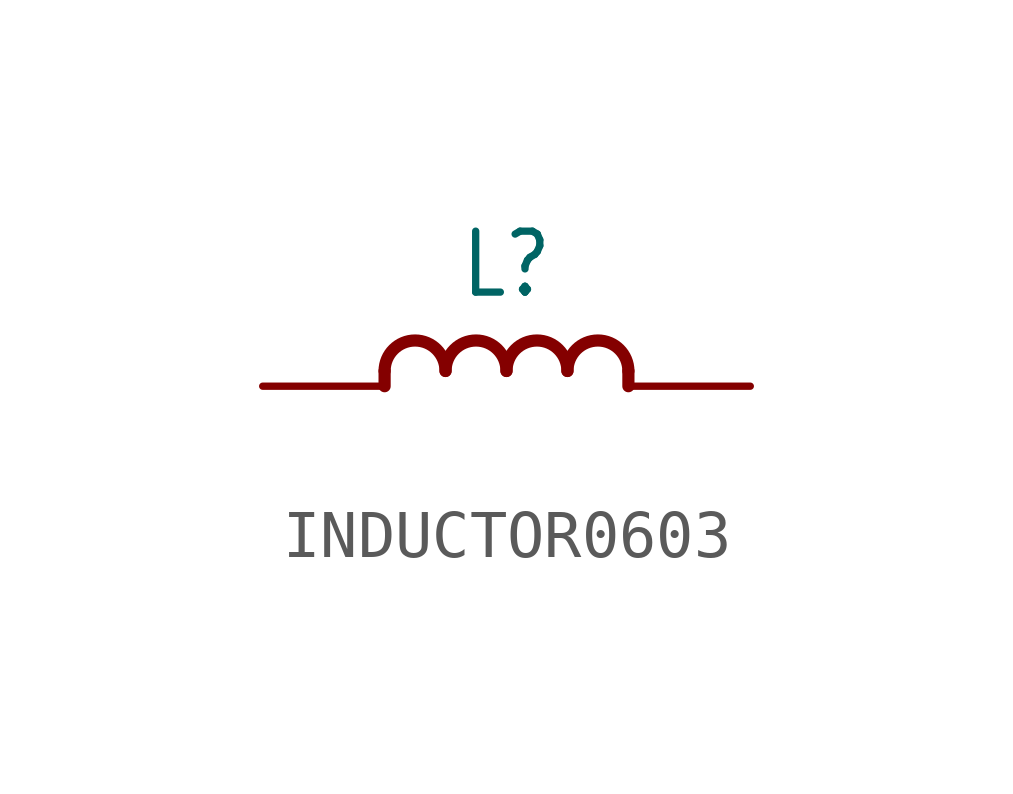
<source format=kicad_sym>
(kicad_symbol_lib
  (version 20231120)
  (generator "kicad_symbol_editor")
  (generator_version "8.0")
  (symbol "INDUCTOR0603"
    (property "Reference" "L"
      (at 0 2.54 0)
      (effects (font (size 1.27 1.079))))
    (property "Value" ""
      (at 0 -1.54 0)
      (effects (font (size 1.27 1.079))))
    (property "ki_locked" ""
      (at 0 0 0)
      (effects (font (size 1.27 1.27))))
    (symbol "INDUCTOR0603_1_0"
      (arc (start -1.27 0.3173) (mid -1.9049 0.9524) (end -2.54 0.3175) (stroke (width 0.254) (type solid)) (fill (type none)))
      (polyline (pts (xy -2.54 0.318) (xy -2.54 0)) (stroke (width 0.254) (type solid)) (fill (type none)))
      (polyline (pts (xy 2.54 0.318) (xy 2.54 0)) (stroke (width 0.254) (type solid)) (fill (type none)))
      (arc (start 0 0.3173) (mid -0.6349 0.9524) (end -1.27 0.3175) (stroke (width 0.254) (type solid)) (fill (type none)))
      (arc (start 1.27 0.3173) (mid 0.6351 0.9524) (end 0 0.3175) (stroke (width 0.254) (type solid)) (fill (type none)))
      (arc (start 2.54 0.3173) (mid 1.9051 0.9524) (end 1.27 0.3175) (stroke (width 0.254) (type solid)) (fill (type none)))
      (pin passive line (at -5.08 0 0) (length 2.54) (name "1" (effects (font (size 0 0)))) (number "1" (effects (font (size 0 0)))))
      (pin passive line (at 5.08 0 180) (length 2.54) (name "2" (effects (font (size 0 0)))) (number "2" (effects (font (size 0 0))))))))
</source>
